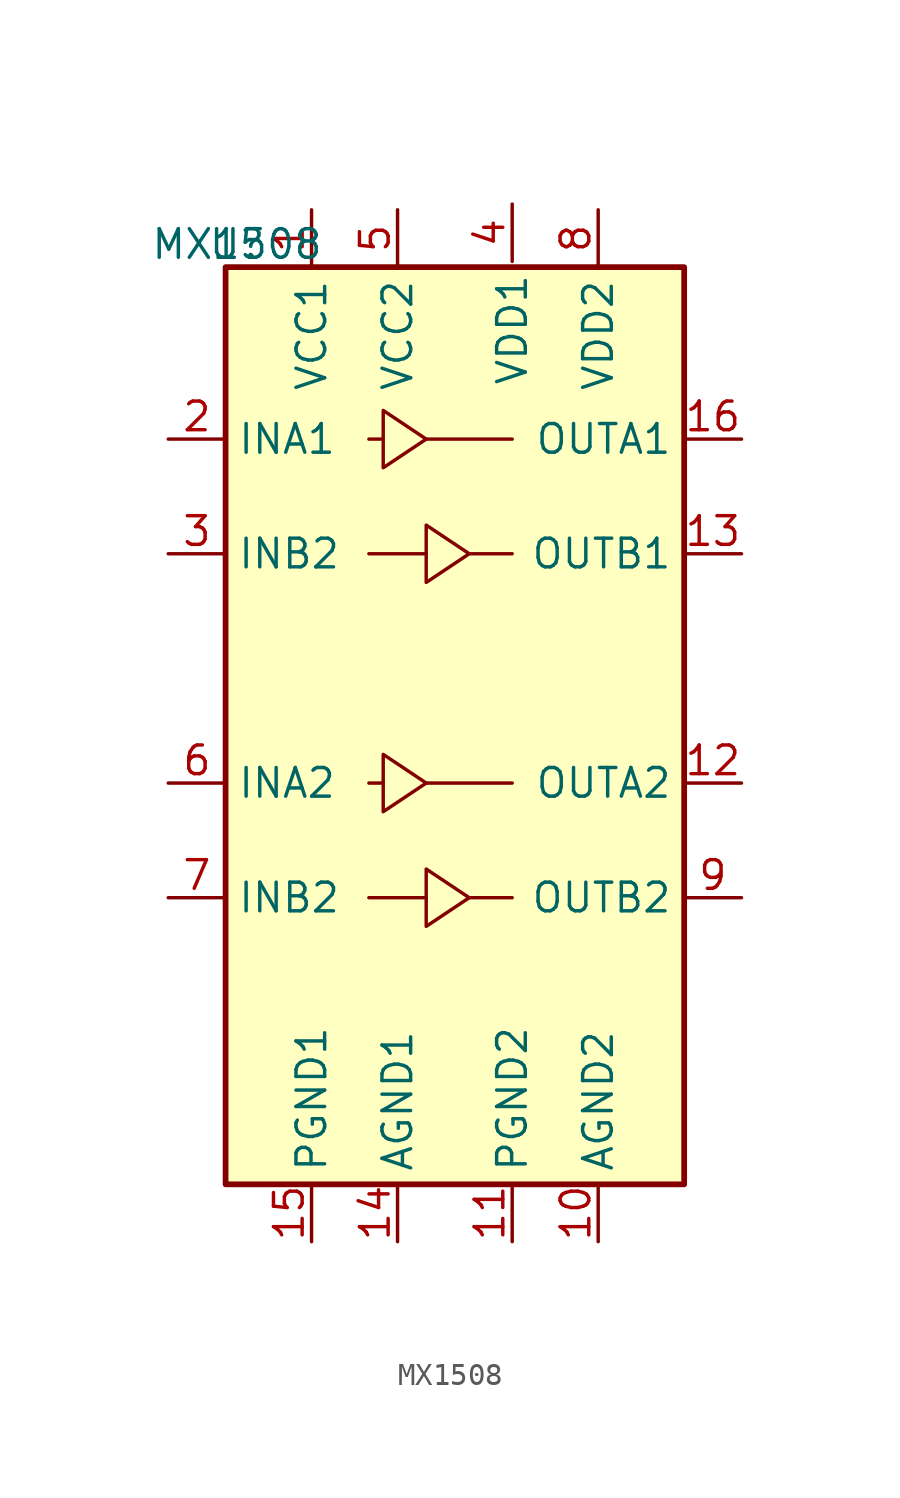
<source format=kicad_sym>
(kicad_symbol_lib
  (version 20231120)
  (generator "kicad_symbol_editor")
  (generator_version "8.0")
  (symbol "MX1508"
    (property "Reference" "U"
      (at -9.652 20.066 0)
      (effects (font (size 1.27 1.27))))
    (property "Value" "MX1508"
      (at -9.652 20.066 0)
      (effects (font (size 1.27 1.27))))
    (symbol "MX1508_0_1"
      (rectangle (start -10.16 19.05) (end 10.16 -21.59) (stroke (width 0.254) (type default)) (fill (type background)))
      (polyline (pts (xy -3.81 -8.89) (xy -1.27 -8.89)) (stroke (width 0) (type default)) (fill (type none)))
      (polyline (pts (xy -3.81 -3.81) (xy -3.175 -3.81)) (stroke (width 0) (type default)) (fill (type none)))
      (polyline (pts (xy -3.81 6.35) (xy -1.27 6.35)) (stroke (width 0) (type default)) (fill (type none)))
      (polyline (pts (xy -3.81 11.43) (xy -3.175 11.43)) (stroke (width 0) (type default)) (fill (type none)))
      (polyline (pts (xy -1.27 -3.81) (xy 2.54 -3.81)) (stroke (width 0) (type default)) (fill (type none)))
      (polyline (pts (xy -1.27 11.43) (xy 2.54 11.43)) (stroke (width 0) (type default)) (fill (type none)))
      (polyline (pts (xy 0.635 -8.89) (xy 2.54 -8.89)) (stroke (width 0) (type default)) (fill (type none)))
      (polyline (pts (xy 0.635 6.35) (xy 2.54 6.35)) (stroke (width 0) (type default)) (fill (type none)))
      (polyline (pts (xy -3.175 -2.54) (xy -3.175 -5.08) (xy -1.27 -3.81) (xy -3.175 -2.54)) (stroke (width 0) (type default)) (fill (type none)))
      (polyline (pts (xy -3.175 12.7) (xy -3.175 10.16) (xy -1.27 11.43) (xy -3.175 12.7)) (stroke (width 0) (type default)) (fill (type none)))
      (polyline (pts (xy -1.27 -7.62) (xy -1.27 -10.16) (xy 0.635 -8.89) (xy -1.27 -7.62)) (stroke (width 0) (type default)) (fill (type none)))
      (polyline (pts (xy -1.27 7.62) (xy -1.27 5.08) (xy 0.635 6.35) (xy -1.27 7.62)) (stroke (width 0) (type default)) (fill (type none))))
    (symbol "MX1508_1_1"
      (pin power_in line (at -6.35 21.59 270) (length 2.54) (name "VCC1" (effects (font (size 1.27 1.27)))) (number "1" (effects (font (size 1.27 1.27)))))
      (pin power_in line (at 6.35 -24.13 90) (length 2.54) (name "AGND2" (effects (font (size 1.27 1.27)))) (number "10" (effects (font (size 1.27 1.27)))))
      (pin power_in line (at 2.54 -24.13 90) (length 2.54) (name "PGND2" (effects (font (size 1.27 1.27)))) (number "11" (effects (font (size 1.27 1.27)))))
      (pin output line (at 12.7 -3.81 180) (length 2.54) (name "OUTA2" (effects (font (size 1.27 1.27)))) (number "12" (effects (font (size 1.27 1.27)))))
      (pin output line (at 12.7 6.35 180) (length 2.54) (name "OUTB1" (effects (font (size 1.27 1.27)))) (number "13" (effects (font (size 1.27 1.27)))))
      (pin power_in line (at -2.54 -24.13 90) (length 2.54) (name "AGND1" (effects (font (size 1.27 1.27)))) (number "14" (effects (font (size 1.27 1.27)))))
      (pin power_in line (at -6.35 -24.13 90) (length 2.54) (name "PGND1" (effects (font (size 1.27 1.27)))) (number "15" (effects (font (size 1.27 1.27)))))
      (pin output line (at 12.7 11.43 180) (length 2.54) (name "OUTA1" (effects (font (size 1.27 1.27)))) (number "16" (effects (font (size 1.27 1.27)))))
      (pin input line (at -12.7 11.43 0) (length 2.54) (name "INA1" (effects (font (size 1.27 1.27)))) (number "2" (effects (font (size 1.27 1.27)))))
      (pin input line (at -12.7 6.35 0) (length 2.54) (name "INB2" (effects (font (size 1.27 1.27)))) (number "3" (effects (font (size 1.27 1.27)))))
      (pin power_in line (at 2.54 21.844 270) (length 2.54) (name "VDD1" (effects (font (size 1.27 1.27)))) (number "4" (effects (font (size 1.27 1.27)))))
      (pin power_in line (at -2.54 21.59 270) (length 2.54) (name "VCC2" (effects (font (size 1.27 1.27)))) (number "5" (effects (font (size 1.27 1.27)))))
      (pin input line (at -12.7 -3.81 0) (length 2.54) (name "INA2" (effects (font (size 1.27 1.27)))) (number "6" (effects (font (size 1.27 1.27)))))
      (pin input line (at -12.7 -8.89 0) (length 2.54) (name "INB2" (effects (font (size 1.27 1.27)))) (number "7" (effects (font (size 1.27 1.27)))))
      (pin power_in line (at 6.35 21.59 270) (length 2.54) (name "VDD2" (effects (font (size 1.27 1.27)))) (number "8" (effects (font (size 1.27 1.27)))))
      (pin output line (at 12.7 -8.89 180) (length 2.54) (name "OUTB2" (effects (font (size 1.27 1.27)))) (number "9" (effects (font (size 1.27 1.27))))))))
</source>
